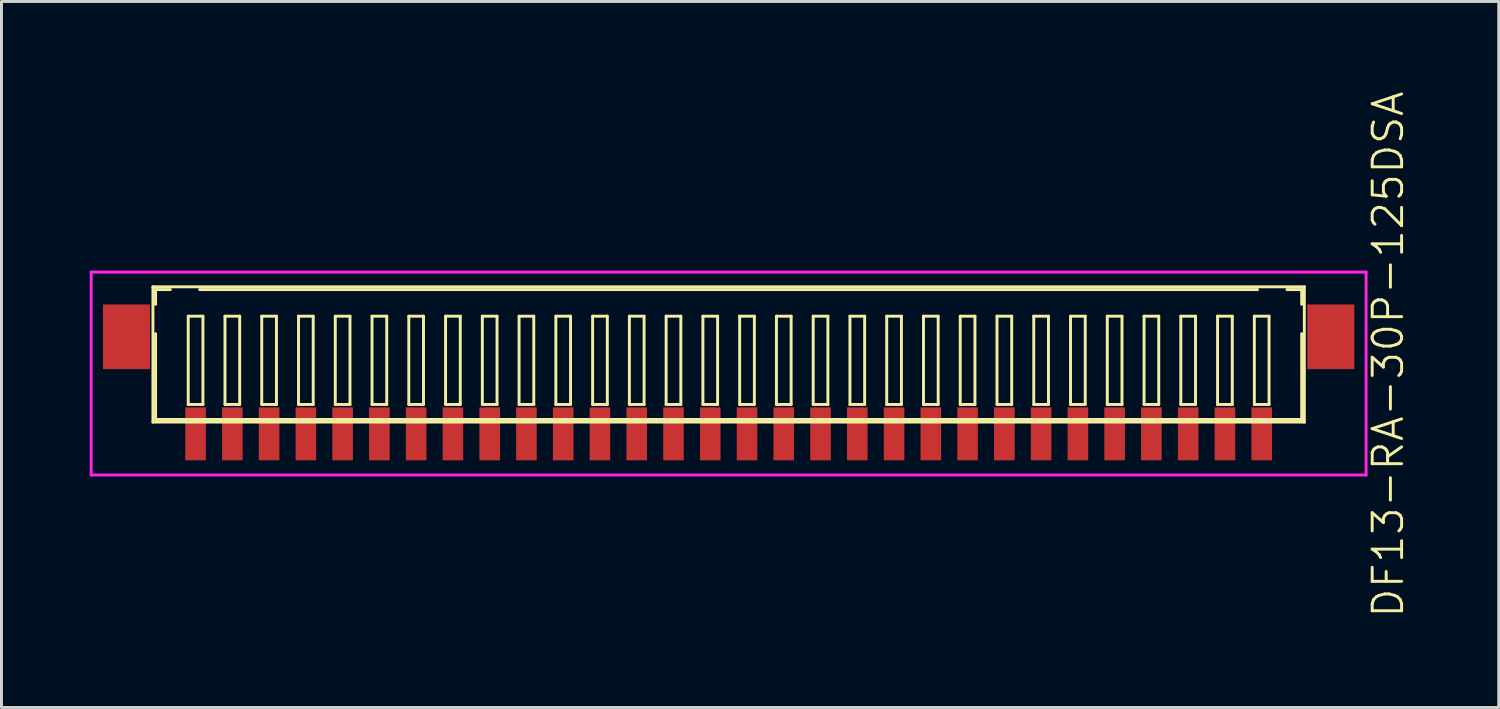
<source format=kicad_pcb>
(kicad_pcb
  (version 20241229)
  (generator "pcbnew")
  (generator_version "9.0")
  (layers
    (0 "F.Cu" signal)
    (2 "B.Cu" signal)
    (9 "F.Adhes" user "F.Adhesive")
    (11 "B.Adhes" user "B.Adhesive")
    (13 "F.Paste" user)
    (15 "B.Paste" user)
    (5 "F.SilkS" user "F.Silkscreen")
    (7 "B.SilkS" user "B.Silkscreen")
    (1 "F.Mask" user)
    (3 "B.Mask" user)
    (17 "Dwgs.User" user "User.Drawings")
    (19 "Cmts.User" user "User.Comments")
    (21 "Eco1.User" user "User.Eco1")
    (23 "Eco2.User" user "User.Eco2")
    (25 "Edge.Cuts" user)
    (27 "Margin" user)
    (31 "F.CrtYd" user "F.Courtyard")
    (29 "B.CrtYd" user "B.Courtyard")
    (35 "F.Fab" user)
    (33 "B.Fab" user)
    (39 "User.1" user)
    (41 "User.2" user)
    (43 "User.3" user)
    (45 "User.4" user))
  (footprint "DF13-RA-30P-125DSA"
    (layer "F.Cu")
    (at 21.725 11.702)
    (property "Reference" "DF13-RA-30P-125DSA" (at 22.425 -2.7 90) (layer "F.SilkS") (effects (font (size 1 1) (thickness 0.1))))
    (attr through_hole)
    (fp_line (start -19.575 -5) (end -19.575 -0.4) (stroke (width 0.1) (type solid)) (layer "F.SilkS"))
    (fp_line (start -19.575 -5) (end 19.575 -5) (stroke (width 0.1) (type solid)) (layer "F.SilkS"))
    (fp_line (start -19.575 -0.4) (end 19.575 -0.4) (stroke (width 0.1) (type solid)) (layer "F.SilkS"))
    (fp_line (start -19.485 -4.905) (end -19.485 -4.405) (stroke (width 0.1) (type solid)) (layer "F.SilkS"))
    (fp_line (start -19.485 -4.905) (end -18.985 -4.905) (stroke (width 0.1) (type solid)) (layer "F.SilkS"))
    (fp_line (start -19.485 -3.405) (end -19.485 -0.49) (stroke (width 0.1) (type solid)) (layer "F.SilkS"))
    (fp_line (start -19.485 -0.49) (end 19.485 -0.49) (stroke (width 0.1) (type solid)) (layer "F.SilkS"))
    (fp_line (start -18.375 -4) (end -18.375 -1) (stroke (width 0.1) (type solid)) (layer "F.SilkS"))
    (fp_line (start -18.375 -1) (end -17.875 -1) (stroke (width 0.1) (type solid)) (layer "F.SilkS"))
    (fp_line (start -17.985 -4.905) (end 17.985 -4.905) (stroke (width 0.1) (type solid)) (layer "F.SilkS"))
    (fp_line (start -17.875 -4) (end -18.375 -4) (stroke (width 0.1) (type solid)) (layer "F.SilkS"))
    (fp_line (start -17.875 -1) (end -17.875 -4) (stroke (width 0.1) (type solid)) (layer "F.SilkS"))
    (fp_line (start -17.125 -4) (end -17.125 -1) (stroke (width 0.1) (type solid)) (layer "F.SilkS"))
    (fp_line (start -17.125 -1) (end -16.625 -1) (stroke (width 0.1) (type solid)) (layer "F.SilkS"))
    (fp_line (start -16.625 -4) (end -17.125 -4) (stroke (width 0.1) (type solid)) (layer "F.SilkS"))
    (fp_line (start -16.625 -1) (end -16.625 -4) (stroke (width 0.1) (type solid)) (layer "F.SilkS"))
    (fp_line (start -15.875 -4) (end -15.875 -1) (stroke (width 0.1) (type solid)) (layer "F.SilkS"))
    (fp_line (start -15.875 -1) (end -15.375 -1) (stroke (width 0.1) (type solid)) (layer "F.SilkS"))
    (fp_line (start -15.375 -4) (end -15.875 -4) (stroke (width 0.1) (type solid)) (layer "F.SilkS"))
    (fp_line (start -15.375 -1) (end -15.375 -4) (stroke (width 0.1) (type solid)) (layer "F.SilkS"))
    (fp_line (start -14.625 -4) (end -14.625 -1) (stroke (width 0.1) (type solid)) (layer "F.SilkS"))
    (fp_line (start -14.625 -1) (end -14.125 -1) (stroke (width 0.1) (type solid)) (layer "F.SilkS"))
    (fp_line (start -14.125 -4) (end -14.625 -4) (stroke (width 0.1) (type solid)) (layer "F.SilkS"))
    (fp_line (start -14.125 -1) (end -14.125 -4) (stroke (width 0.1) (type solid)) (layer "F.SilkS"))
    (fp_line (start -13.375 -4) (end -13.375 -1) (stroke (width 0.1) (type solid)) (layer "F.SilkS"))
    (fp_line (start -13.375 -1) (end -12.875 -1) (stroke (width 0.1) (type solid)) (layer "F.SilkS"))
    (fp_line (start -12.875 -4) (end -13.375 -4) (stroke (width 0.1) (type solid)) (layer "F.SilkS"))
    (fp_line (start -12.875 -1) (end -12.875 -4) (stroke (width 0.1) (type solid)) (layer "F.SilkS"))
    (fp_line (start -12.125 -4) (end -12.125 -1) (stroke (width 0.1) (type solid)) (layer "F.SilkS"))
    (fp_line (start -12.125 -1) (end -11.625 -1) (stroke (width 0.1) (type solid)) (layer "F.SilkS"))
    (fp_line (start -11.625 -4) (end -12.125 -4) (stroke (width 0.1) (type solid)) (layer "F.SilkS"))
    (fp_line (start -11.625 -1) (end -11.625 -4) (stroke (width 0.1) (type solid)) (layer "F.SilkS"))
    (fp_line (start -10.875 -4) (end -10.875 -1) (stroke (width 0.1) (type solid)) (layer "F.SilkS"))
    (fp_line (start -10.875 -1) (end -10.375 -1) (stroke (width 0.1) (type solid)) (layer "F.SilkS"))
    (fp_line (start -10.375 -4) (end -10.875 -4) (stroke (width 0.1) (type solid)) (layer "F.SilkS"))
    (fp_line (start -10.375 -1) (end -10.375 -4) (stroke (width 0.1) (type solid)) (layer "F.SilkS"))
    (fp_line (start -9.625 -4) (end -9.625 -1) (stroke (width 0.1) (type solid)) (layer "F.SilkS"))
    (fp_line (start -9.625 -1) (end -9.125 -1) (stroke (width 0.1) (type solid)) (layer "F.SilkS"))
    (fp_line (start -9.125 -4) (end -9.625 -4) (stroke (width 0.1) (type solid)) (layer "F.SilkS"))
    (fp_line (start -9.125 -1) (end -9.125 -4) (stroke (width 0.1) (type solid)) (layer "F.SilkS"))
    (fp_line (start -8.375 -4) (end -8.375 -1) (stroke (width 0.1) (type solid)) (layer "F.SilkS"))
    (fp_line (start -8.375 -1) (end -7.875 -1) (stroke (width 0.1) (type solid)) (layer "F.SilkS"))
    (fp_line (start -7.875 -4) (end -8.375 -4) (stroke (width 0.1) (type solid)) (layer "F.SilkS"))
    (fp_line (start -7.875 -1) (end -7.875 -4) (stroke (width 0.1) (type solid)) (layer "F.SilkS"))
    (fp_line (start -7.125 -4) (end -7.125 -1) (stroke (width 0.1) (type solid)) (layer "F.SilkS"))
    (fp_line (start -7.125 -1) (end -6.625 -1) (stroke (width 0.1) (type solid)) (layer "F.SilkS"))
    (fp_line (start -6.625 -4) (end -7.125 -4) (stroke (width 0.1) (type solid)) (layer "F.SilkS"))
    (fp_line (start -6.625 -1) (end -6.625 -4) (stroke (width 0.1) (type solid)) (layer "F.SilkS"))
    (fp_line (start -5.875 -4) (end -5.875 -1) (stroke (width 0.1) (type solid)) (layer "F.SilkS"))
    (fp_line (start -5.875 -1) (end -5.375 -1) (stroke (width 0.1) (type solid)) (layer "F.SilkS"))
    (fp_line (start -5.375 -4) (end -5.875 -4) (stroke (width 0.1) (type solid)) (layer "F.SilkS"))
    (fp_line (start -5.375 -1) (end -5.375 -4) (stroke (width 0.1) (type solid)) (layer "F.SilkS"))
    (fp_line (start -4.625 -4) (end -4.625 -1) (stroke (width 0.1) (type solid)) (layer "F.SilkS"))
    (fp_line (start -4.625 -1) (end -4.125 -1) (stroke (width 0.1) (type solid)) (layer "F.SilkS"))
    (fp_line (start -4.125 -4) (end -4.625 -4) (stroke (width 0.1) (type solid)) (layer "F.SilkS"))
    (fp_line (start -4.125 -1) (end -4.125 -4) (stroke (width 0.1) (type solid)) (layer "F.SilkS"))
    (fp_line (start -3.375 -4) (end -3.375 -1) (stroke (width 0.1) (type solid)) (layer "F.SilkS"))
    (fp_line (start -3.375 -1) (end -2.875 -1) (stroke (width 0.1) (type solid)) (layer "F.SilkS"))
    (fp_line (start -2.875 -4) (end -3.375 -4) (stroke (width 0.1) (type solid)) (layer "F.SilkS"))
    (fp_line (start -2.875 -1) (end -2.875 -4) (stroke (width 0.1) (type solid)) (layer "F.SilkS"))
    (fp_line (start -2.125 -4) (end -2.125 -1) (stroke (width 0.1) (type solid)) (layer "F.SilkS"))
    (fp_line (start -2.125 -1) (end -1.625 -1) (stroke (width 0.1) (type solid)) (layer "F.SilkS"))
    (fp_line (start -1.625 -4) (end -2.125 -4) (stroke (width 0.1) (type solid)) (layer "F.SilkS"))
    (fp_line (start -1.625 -1) (end -1.625 -4) (stroke (width 0.1) (type solid)) (layer "F.SilkS"))
    (fp_line (start -0.875 -4) (end -0.875 -1) (stroke (width 0.1) (type solid)) (layer "F.SilkS"))
    (fp_line (start -0.875 -1) (end -0.375 -1) (stroke (width 0.1) (type solid)) (layer "F.SilkS"))
    (fp_line (start -0.375 -4) (end -0.875 -4) (stroke (width 0.1) (type solid)) (layer "F.SilkS"))
    (fp_line (start -0.375 -1) (end -0.375 -4) (stroke (width 0.1) (type solid)) (layer "F.SilkS"))
    (fp_line (start 0.375 -4) (end 0.375 -1) (stroke (width 0.1) (type solid)) (layer "F.SilkS"))
    (fp_line (start 0.375 -1) (end 0.875 -1) (stroke (width 0.1) (type solid)) (layer "F.SilkS"))
    (fp_line (start 0.875 -4) (end 0.375 -4) (stroke (width 0.1) (type solid)) (layer "F.SilkS"))
    (fp_line (start 0.875 -1) (end 0.875 -4) (stroke (width 0.1) (type solid)) (layer "F.SilkS"))
    (fp_line (start 1.625 -4) (end 1.625 -1) (stroke (width 0.1) (type solid)) (layer "F.SilkS"))
    (fp_line (start 1.625 -1) (end 2.125 -1) (stroke (width 0.1) (type solid)) (layer "F.SilkS"))
    (fp_line (start 2.125 -4) (end 1.625 -4) (stroke (width 0.1) (type solid)) (layer "F.SilkS"))
    (fp_line (start 2.125 -1) (end 2.125 -4) (stroke (width 0.1) (type solid)) (layer "F.SilkS"))
    (fp_line (start 2.875 -4) (end 2.875 -1) (stroke (width 0.1) (type solid)) (layer "F.SilkS"))
    (fp_line (start 2.875 -1) (end 3.375 -1) (stroke (width 0.1) (type solid)) (layer "F.SilkS"))
    (fp_line (start 3.375 -4) (end 2.875 -4) (stroke (width 0.1) (type solid)) (layer "F.SilkS"))
    (fp_line (start 3.375 -1) (end 3.375 -4) (stroke (width 0.1) (type solid)) (layer "F.SilkS"))
    (fp_line (start 4.125 -4) (end 4.125 -1) (stroke (width 0.1) (type solid)) (layer "F.SilkS"))
    (fp_line (start 4.125 -1) (end 4.625 -1) (stroke (width 0.1) (type solid)) (layer "F.SilkS"))
    (fp_line (start 4.625 -4) (end 4.125 -4) (stroke (width 0.1) (type solid)) (layer "F.SilkS"))
    (fp_line (start 4.625 -1) (end 4.625 -4) (stroke (width 0.1) (type solid)) (layer "F.SilkS"))
    (fp_line (start 5.375 -4) (end 5.375 -1) (stroke (width 0.1) (type solid)) (layer "F.SilkS"))
    (fp_line (start 5.375 -1) (end 5.875 -1) (stroke (width 0.1) (type solid)) (layer "F.SilkS"))
    (fp_line (start 5.875 -4) (end 5.375 -4) (stroke (width 0.1) (type solid)) (layer "F.SilkS"))
    (fp_line (start 5.875 -1) (end 5.875 -4) (stroke (width 0.1) (type solid)) (layer "F.SilkS"))
    (fp_line (start 6.625 -4) (end 6.625 -1) (stroke (width 0.1) (type solid)) (layer "F.SilkS"))
    (fp_line (start 6.625 -1) (end 7.125 -1) (stroke (width 0.1) (type solid)) (layer "F.SilkS"))
    (fp_line (start 7.125 -4) (end 6.625 -4) (stroke (width 0.1) (type solid)) (layer "F.SilkS"))
    (fp_line (start 7.125 -1) (end 7.125 -4) (stroke (width 0.1) (type solid)) (layer "F.SilkS"))
    (fp_line (start 7.875 -4) (end 7.875 -1) (stroke (width 0.1) (type solid)) (layer "F.SilkS"))
    (fp_line (start 7.875 -1) (end 8.375 -1) (stroke (width 0.1) (type solid)) (layer "F.SilkS"))
    (fp_line (start 8.375 -4) (end 7.875 -4) (stroke (width 0.1) (type solid)) (layer "F.SilkS"))
    (fp_line (start 8.375 -1) (end 8.375 -4) (stroke (width 0.1) (type solid)) (layer "F.SilkS"))
    (fp_line (start 9.125 -4) (end 9.125 -1) (stroke (width 0.1) (type solid)) (layer "F.SilkS"))
    (fp_line (start 9.125 -1) (end 9.625 -1) (stroke (width 0.1) (type solid)) (layer "F.SilkS"))
    (fp_line (start 9.625 -4) (end 9.125 -4) (stroke (width 0.1) (type solid)) (layer "F.SilkS"))
    (fp_line (start 9.625 -1) (end 9.625 -4) (stroke (width 0.1) (type solid)) (layer "F.SilkS"))
    (fp_line (start 10.375 -4) (end 10.375 -1) (stroke (width 0.1) (type solid)) (layer "F.SilkS"))
    (fp_line (start 10.375 -1) (end 10.875 -1) (stroke (width 0.1) (type solid)) (layer "F.SilkS"))
    (fp_line (start 10.875 -4) (end 10.375 -4) (stroke (width 0.1) (type solid)) (layer "F.SilkS"))
    (fp_line (start 10.875 -1) (end 10.875 -4) (stroke (width 0.1) (type solid)) (layer "F.SilkS"))
    (fp_line (start 11.625 -4) (end 11.625 -1) (stroke (width 0.1) (type solid)) (layer "F.SilkS"))
    (fp_line (start 11.625 -1) (end 12.125 -1) (stroke (width 0.1) (type solid)) (layer "F.SilkS"))
    (fp_line (start 12.125 -4) (end 11.625 -4) (stroke (width 0.1) (type solid)) (layer "F.SilkS"))
    (fp_line (start 12.125 -1) (end 12.125 -4) (stroke (width 0.1) (type solid)) (layer "F.SilkS"))
    (fp_line (start 12.875 -4) (end 12.875 -1) (stroke (width 0.1) (type solid)) (layer "F.SilkS"))
    (fp_line (start 12.875 -1) (end 13.375 -1) (stroke (width 0.1) (type solid)) (layer "F.SilkS"))
    (fp_line (start 13.375 -4) (end 12.875 -4) (stroke (width 0.1) (type solid)) (layer "F.SilkS"))
    (fp_line (start 13.375 -1) (end 13.375 -4) (stroke (width 0.1) (type solid)) (layer "F.SilkS"))
    (fp_line (start 14.125 -4) (end 14.125 -1) (stroke (width 0.1) (type solid)) (layer "F.SilkS"))
    (fp_line (start 14.125 -1) (end 14.625 -1) (stroke (width 0.1) (type solid)) (layer "F.SilkS"))
    (fp_line (start 14.625 -4) (end 14.125 -4) (stroke (width 0.1) (type solid)) (layer "F.SilkS"))
    (fp_line (start 14.625 -1) (end 14.625 -4) (stroke (width 0.1) (type solid)) (layer "F.SilkS"))
    (fp_line (start 15.375 -4) (end 15.375 -1) (stroke (width 0.1) (type solid)) (layer "F.SilkS"))
    (fp_line (start 15.375 -1) (end 15.875 -1) (stroke (width 0.1) (type solid)) (layer "F.SilkS"))
    (fp_line (start 15.875 -4) (end 15.375 -4) (stroke (width 0.1) (type solid)) (layer "F.SilkS"))
    (fp_line (start 15.875 -1) (end 15.875 -4) (stroke (width 0.1) (type solid)) (layer "F.SilkS"))
    (fp_line (start 16.625 -4) (end 16.625 -1) (stroke (width 0.1) (type solid)) (layer "F.SilkS"))
    (fp_line (start 16.625 -1) (end 17.125 -1) (stroke (width 0.1) (type solid)) (layer "F.SilkS"))
    (fp_line (start 17.125 -4) (end 16.625 -4) (stroke (width 0.1) (type solid)) (layer "F.SilkS"))
    (fp_line (start 17.125 -1) (end 17.125 -4) (stroke (width 0.1) (type solid)) (layer "F.SilkS"))
    (fp_line (start 17.875 -4) (end 17.875 -1) (stroke (width 0.1) (type solid)) (layer "F.SilkS"))
    (fp_line (start 17.875 -1) (end 18.375 -1) (stroke (width 0.1) (type solid)) (layer "F.SilkS"))
    (fp_line (start 18.375 -4) (end 17.875 -4) (stroke (width 0.1) (type solid)) (layer "F.SilkS"))
    (fp_line (start 18.375 -1) (end 18.375 -4) (stroke (width 0.1) (type solid)) (layer "F.SilkS"))
    (fp_line (start 18.985 -4.905) (end 19.485 -4.905) (stroke (width 0.1) (type solid)) (layer "F.SilkS"))
    (fp_line (start 19.485 -4.905) (end 19.485 -4.405) (stroke (width 0.1) (type solid)) (layer "F.SilkS"))
    (fp_line (start 19.485 -3.405) (end 19.485 -0.49) (stroke (width 0.1) (type solid)) (layer "F.SilkS"))
    (fp_line (start 19.575 -5) (end 19.575 -0.4) (stroke (width 0.1) (type solid)) (layer "F.SilkS"))
    (fp_line (start -21.675 -5.5) (end -21.675 1.4) (stroke (width 0.1) (type solid)) (layer "F.CrtYd"))
    (fp_line (start -21.675 1.4) (end 21.675 1.4) (stroke (width 0.1) (type solid)) (layer "F.CrtYd"))
    (fp_line (start 21.675 -5.5) (end -21.675 -5.5) (stroke (width 0.1) (type solid)) (layer "F.CrtYd"))
    (fp_line (start 21.675 1.4) (end 21.675 -5.5) (stroke (width 0.1) (type solid)) (layer "F.CrtYd"))
    (pad "1" smd rect (at -18.125 0) (size 0.7 1.8) (layers "F.Cu" "F.Mask" "F.Paste"))
    (pad "2" smd rect (at -16.875 0) (size 0.7 1.8) (layers "F.Cu" "F.Mask" "F.Paste"))
    (pad "3" smd rect (at -15.625 0) (size 0.7 1.8) (layers "F.Cu" "F.Mask" "F.Paste"))
    (pad "4" smd rect (at -14.375 0) (size 0.7 1.8) (layers "F.Cu" "F.Mask" "F.Paste"))
    (pad "5" smd rect (at -13.125 0) (size 0.7 1.8) (layers "F.Cu" "F.Mask" "F.Paste"))
    (pad "6" smd rect (at -11.875 0) (size 0.7 1.8) (layers "F.Cu" "F.Mask" "F.Paste"))
    (pad "7" smd rect (at -10.625 0) (size 0.7 1.8) (layers "F.Cu" "F.Mask" "F.Paste"))
    (pad "8" smd rect (at -9.375 0) (size 0.7 1.8) (layers "F.Cu" "F.Mask" "F.Paste"))
    (pad "9" smd rect (at -8.125 0) (size 0.7 1.8) (layers "F.Cu" "F.Mask" "F.Paste"))
    (pad "10" smd rect (at -6.875 0) (size 0.7 1.8) (layers "F.Cu" "F.Mask" "F.Paste"))
    (pad "11" smd rect (at -5.625 0) (size 0.7 1.8) (layers "F.Cu" "F.Mask" "F.Paste"))
    (pad "12" smd rect (at -4.375 0) (size 0.7 1.8) (layers "F.Cu" "F.Mask" "F.Paste"))
    (pad "13" smd rect (at -3.125 0) (size 0.7 1.8) (layers "F.Cu" "F.Mask" "F.Paste"))
    (pad "14" smd rect (at -1.875 0) (size 0.7 1.8) (layers "F.Cu" "F.Mask" "F.Paste"))
    (pad "15" smd rect (at -0.625 0) (size 0.7 1.8) (layers "F.Cu" "F.Mask" "F.Paste"))
    (pad "16" smd rect (at 0.625 0) (size 0.7 1.8) (layers "F.Cu" "F.Mask" "F.Paste"))
    (pad "17" smd rect (at 1.875 0) (size 0.7 1.8) (layers "F.Cu" "F.Mask" "F.Paste"))
    (pad "18" smd rect (at 3.125 0) (size 0.7 1.8) (layers "F.Cu" "F.Mask" "F.Paste"))
    (pad "19" smd rect (at 4.375 0) (size 0.7 1.8) (layers "F.Cu" "F.Mask" "F.Paste"))
    (pad "20" smd rect (at 5.625 0) (size 0.7 1.8) (layers "F.Cu" "F.Mask" "F.Paste"))
    (pad "21" smd rect (at 6.875 0) (size 0.7 1.8) (layers "F.Cu" "F.Mask" "F.Paste"))
    (pad "22" smd rect (at 8.125 0) (size 0.7 1.8) (layers "F.Cu" "F.Mask" "F.Paste"))
    (pad "23" smd rect (at 9.375 0) (size 0.7 1.8) (layers "F.Cu" "F.Mask" "F.Paste"))
    (pad "24" smd rect (at 10.625 0) (size 0.7 1.8) (layers "F.Cu" "F.Mask" "F.Paste"))
    (pad "25" smd rect (at 11.875 0) (size 0.7 1.8) (layers "F.Cu" "F.Mask" "F.Paste"))
    (pad "26" smd rect (at 13.125 0) (size 0.7 1.8) (layers "F.Cu" "F.Mask" "F.Paste"))
    (pad "27" smd rect (at 14.375 0) (size 0.7 1.8) (layers "F.Cu" "F.Mask" "F.Paste"))
    (pad "28" smd rect (at 15.625 0) (size 0.7 1.8) (layers "F.Cu" "F.Mask" "F.Paste"))
    (pad "29" smd rect (at 16.875 0) (size 0.7 1.8) (layers "F.Cu" "F.Mask" "F.Paste"))
    (pad "30" smd rect (at 18.125 0) (size 0.7 1.8) (layers "F.Cu" "F.Mask" "F.Paste"))
    (pad "S" smd rect (at -20.475 -3.3) (size 1.6 2.2) (layers "F.Cu" "F.Mask" "F.Paste"))
    (pad "S" smd rect (at 20.475 -3.3) (size 1.6 2.2) (layers "F.Cu" "F.Mask" "F.Paste")))
  (gr_rect
    (start -3 -3)
    (end 47.91 21.005)
    (stroke (width 0.1) (type default))
    (fill no)
    (layer "Edge.Cuts")))
</source>
